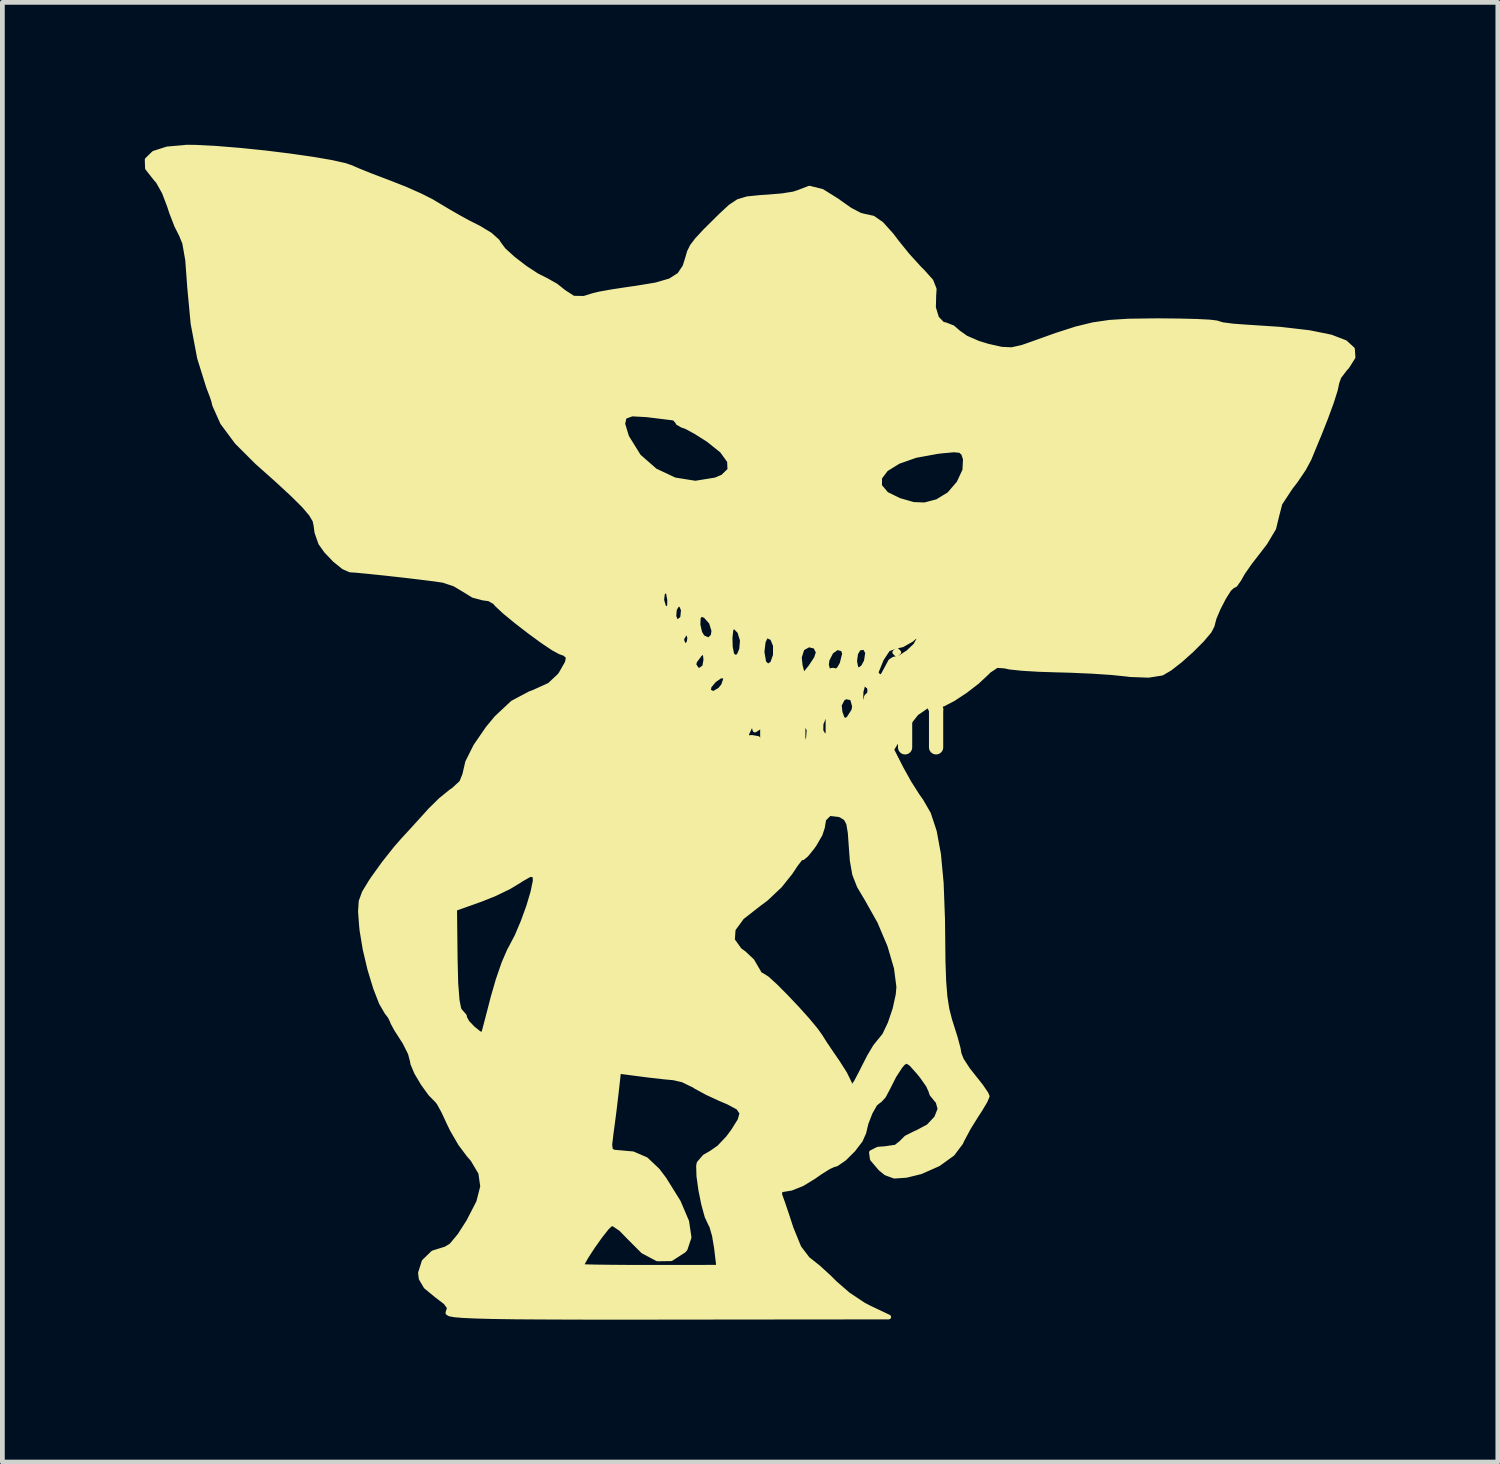
<source format=kicad_pcb>
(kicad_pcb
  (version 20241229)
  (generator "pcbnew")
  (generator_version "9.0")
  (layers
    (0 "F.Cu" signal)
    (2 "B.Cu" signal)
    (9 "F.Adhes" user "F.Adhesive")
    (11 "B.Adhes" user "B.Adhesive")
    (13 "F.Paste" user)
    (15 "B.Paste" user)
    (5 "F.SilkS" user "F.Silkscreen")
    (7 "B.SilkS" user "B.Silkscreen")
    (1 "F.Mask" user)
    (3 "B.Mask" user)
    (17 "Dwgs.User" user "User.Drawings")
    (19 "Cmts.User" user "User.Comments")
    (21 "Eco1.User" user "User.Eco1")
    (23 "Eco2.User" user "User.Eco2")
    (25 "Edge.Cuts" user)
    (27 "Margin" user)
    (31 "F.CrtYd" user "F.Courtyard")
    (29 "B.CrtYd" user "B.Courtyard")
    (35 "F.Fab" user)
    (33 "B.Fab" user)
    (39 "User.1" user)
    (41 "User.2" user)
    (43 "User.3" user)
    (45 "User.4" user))
  (footprint "gremlin"
    (layer "F.Cu")
    (at 12.75 12.003)
    (property "Reference" "gremlin" (at 0 0 0) (layer "F.SilkS") (effects (font (size 1.524 1.524) (thickness 0.3))))
    (attr through_hole)
    (fp_poly (pts (xy 3.133 -1.312) (xy 3.09 -1.27) (xy 3.048 -1.312) (xy 3.09 -1.355) (xy 3.133 -1.312)) (stroke (width 0.1) (type solid)) (fill yes) (layer "F.SilkS"))
    (fp_poly (pts (xy 12.702 -7.529) (xy 12.577 -7.331) (xy 12.531 -7.281) (xy 12.405 -7.115) (xy 12.361 -6.988) (xy 12.33 -6.84) (xy 12.247 -6.579) (xy 12.125 -6.246) (xy 11.981 -5.882) (xy 11.946 -5.8) (xy 11.861 -5.594) (xy 11.776 -5.387) (xy 11.664 -5.179) (xy 11.49 -4.921) (xy 11.385 -4.786) (xy 11.163 -4.448) (xy 11.091 -4.169) (xy 11.032 -3.925) (xy 10.848 -3.617) (xy 10.726 -3.458) (xy 10.531 -3.206) (xy 10.379 -2.989) (xy 10.305 -2.857) (xy 10.219 -2.733) (xy 10.165 -2.709) (xy 10.09 -2.64) (xy 9.981 -2.467) (xy 9.867 -2.247) (xy 9.776 -2.034) (xy 9.737 -1.884) (xy 9.737 -1.878) (xy 9.676 -1.759) (xy 9.518 -1.572) (xy 9.301 -1.355) (xy 9.063 -1.142) (xy 8.842 -0.97) (xy 8.676 -0.873) (xy 8.672 -0.872) (xy 8.393 -0.828) (xy 8.011 -0.842) (xy 7.915 -0.854) (xy 7.61 -0.885) (xy 7.199 -0.912) (xy 6.747 -0.932) (xy 6.477 -0.939) (xy 6.079 -0.952) (xy 5.73 -0.973) (xy 5.472 -1) (xy 5.365 -1.023) (xy 5.198 -1.035) (xy 5.03 -0.923) (xy 4.984 -0.876) (xy 4.778 -0.685) (xy 4.536 -0.499) (xy 4.536 -5.382) (xy 4.497 -5.502) (xy 4.431 -5.563) (xy 4.294 -5.576) (xy 4.042 -5.553) (xy 3.955 -5.543) (xy 3.487 -5.458) (xy 3.119 -5.328) (xy 2.863 -5.168) (xy 2.73 -4.992) (xy 2.729 -4.813) (xy 2.872 -4.645) (xy 3.141 -4.513) (xy 3.44 -4.427) (xy 3.677 -4.418) (xy 3.935 -4.485) (xy 3.946 -4.489) (xy 4.194 -4.64) (xy 4.399 -4.878) (xy 4.524 -5.147) (xy 4.536 -5.382) (xy 4.536 -0.499) (xy 4.528 -0.493) (xy 4.278 -0.329) (xy 4.07 -0.221) (xy 3.947 -0.196) (xy 3.737 -0.189) (xy 3.556 -0.063) (xy 3.556 -1.589) (xy 3.539 -1.671) (xy 3.463 -1.634) (xy 3.401 -1.579) (xy 3.205 -1.468) (xy 3.064 -1.439) (xy 2.904 -1.377) (xy 2.771 -1.175) (xy 2.753 -1.133) (xy 2.662 -0.909) (xy 2.633 -0.801) (xy 2.66 -0.765) (xy 2.711 -0.762) (xy 2.802 -0.832) (xy 2.879 -0.974) (xy 2.959 -1.124) (xy 3.025 -1.167) (xy 3.157 -1.198) (xy 3.331 -1.312) (xy 3.485 -1.457) (xy 3.556 -1.584) (xy 3.556 -1.589) (xy 3.556 -0.063) (xy 3.504 -0.028) (xy 3.264 0.276) (xy 3.238 0.318) (xy 2.981 0.736) (xy 3.184 1.135) (xy 3.35 1.434) (xy 3.532 1.72) (xy 3.601 1.816) (xy 3.76 2.091) (xy 3.882 2.461) (xy 3.971 2.942) (xy 4.028 3.551) (xy 4.056 4.304) (xy 4.06 4.628) (xy 4.066 5.191) (xy 4.081 5.618) (xy 4.107 5.945) (xy 4.148 6.206) (xy 4.206 6.434) (xy 4.235 6.525) (xy 4.324 6.808) (xy 4.385 7.037) (xy 4.403 7.144) (xy 4.454 7.273) (xy 4.585 7.475) (xy 4.699 7.62) (xy 4.864 7.828) (xy 4.971 7.985) (xy 4.995 8.04) (xy 4.951 8.143) (xy 4.84 8.329) (xy 4.771 8.434) (xy 4.607 8.697) (xy 4.469 8.954) (xy 4.439 9.019) (xy 4.264 9.252) (xy 3.967 9.466) (xy 3.595 9.631) (xy 3.29 9.706) (xy 3.04 9.723) (xy 2.862 9.657) (xy 2.748 9.564) (xy 2.575 9.361) (xy 2.557 9.224) (xy 2.696 9.154) (xy 2.839 9.144) (xy 3.073 9.11) (xy 3.185 9.021) (xy 3.292 8.914) (xy 3.491 8.814) (xy 3.523 8.802) (xy 3.759 8.676) (xy 3.927 8.497) (xy 4.002 8.307) (xy 3.958 8.148) (xy 3.935 8.126) (xy 3.828 7.993) (xy 3.808 7.927) (xy 3.755 7.81) (xy 3.625 7.624) (xy 3.553 7.535) (xy 3.396 7.359) (xy 3.302 7.297) (xy 3.227 7.336) (xy 3.165 7.408) (xy 3.133 7.458) (xy 3.133 5.735) (xy 3.081 5.335) (xy 2.941 4.859) (xy 2.73 4.361) (xy 2.523 3.993) (xy 2.523 -0.511) (xy 2.501 -0.658) (xy 2.477 -0.711) (xy 2.477 -1.306) (xy 2.418 -1.415) (xy 2.297 -1.403) (xy 2.293 -1.402) (xy 2.225 -1.291) (xy 2.203 -1.126) (xy 2.23 -0.981) (xy 2.289 -0.931) (xy 2.383 -1.001) (xy 2.449 -1.122) (xy 2.477 -1.306) (xy 2.477 -0.711) (xy 2.457 -0.754) (xy 2.423 -0.753) (xy 2.384 -0.655) (xy 2.339 -0.487) (xy 2.332 -0.314) (xy 2.392 -0.249) (xy 2.479 -0.317) (xy 2.509 -0.381) (xy 2.523 -0.511) (xy 2.523 3.993) (xy 2.468 3.895) (xy 2.3 3.612) (xy 2.203 3.364) (xy 2.201 3.355) (xy 2.201 -0.175) (xy 2.154 -0.346) (xy 2.027 -0.376) (xy 1.993 -0.361) (xy 1.993 -1.29) (xy 1.955 -1.381) (xy 1.833 -1.412) (xy 1.708 -1.323) (xy 1.623 -1.155) (xy 1.609 -1.048) (xy 1.651 -0.886) (xy 1.754 -0.859) (xy 1.878 -0.965) (xy 1.938 -1.071) (xy 1.993 -1.29) (xy 1.993 -0.361) (xy 1.953 -0.342) (xy 1.879 -0.2) (xy 1.897 -0.044) (xy 1.953 0.108) (xy 2.03 0.117) (xy 2.078 0.082) (xy 2.184 -0.083) (xy 2.201 -0.175) (xy 2.201 3.355) (xy 2.152 3.076) (xy 2.132 2.809) (xy 2.109 2.487) (xy 2.076 2.292) (xy 2.018 2.185) (xy 1.919 2.123) (xy 1.881 2.108) (xy 1.765 2.094) (xy 1.765 0.207) (xy 1.693 0.062) (xy 1.641 0.025) (xy 1.55 0.062) (xy 1.495 0.194) (xy 1.493 0.346) (xy 1.548 0.438) (xy 1.682 0.452) (xy 1.763 0.342) (xy 1.765 0.207) (xy 1.765 2.094) (xy 1.672 2.084) (xy 1.553 2.203) (xy 1.525 2.375) (xy 1.477 2.523) (xy 1.439 2.588) (xy 1.439 -1.313) (xy 1.376 -1.437) (xy 1.236 -1.47) (xy 1.097 -1.393) (xy 1.038 -1.207) (xy 1.056 -1.038) (xy 1.115 -0.804) (xy 1.277 -1.004) (xy 1.394 -1.181) (xy 1.439 -1.313) (xy 1.439 2.588) (xy 1.357 2.73) (xy 1.312 2.794) (xy 1.243 2.88) (xy 1.243 0.312) (xy 1.169 0.205) (xy 1.049 0.212) (xy 0.974 0.283) (xy 0.901 0.466) (xy 0.936 0.617) (xy 1.062 0.677) (xy 1.173 0.607) (xy 1.23 0.499) (xy 1.243 0.312) (xy 1.243 2.88) (xy 1.184 2.952) (xy 1.109 3.015) (xy 1.101 3.006) (xy 1.061 3.028) (xy 0.958 3.163) (xy 0.851 3.325) (xy 0.628 3.604) (xy 0.547 3.68) (xy 0.547 0.359) (xy 0.534 0.336) (xy 0.534 -1.456) (xy 0.471 -1.61) (xy 0.368 -1.66) (xy 0.329 -1.645) (xy 0.278 -1.537) (xy 0.254 -1.334) (xy 0.254 -1.307) (xy 0.291 -1.093) (xy 0.377 -1.014) (xy 0.473 -1.079) (xy 0.533 -1.249) (xy 0.534 -1.456) (xy 0.534 0.336) (xy 0.466 0.221) (xy 0.325 0.189) (xy 0.186 0.271) (xy 0.103 0.325) (xy 0.083 0.25) (xy 0.069 0.172) (xy 0.008 0.242) (xy 0 0.254) (xy -0.078 0.422) (xy -0.042 0.494) (xy 0.035 0.48) (xy 0.165 0.503) (xy 0.202 0.556) (xy 0.308 0.661) (xy 0.447 0.661) (xy 0.529 0.572) (xy 0.547 0.359) (xy 0.547 3.68) (xy 0.339 3.877) (xy 0.178 3.997) (xy -0.162 4.263) (xy -0.162 -1.565) (xy -0.219 -1.75) (xy -0.325 -1.856) (xy -0.359 -1.863) (xy -0.402 -1.791) (xy -0.421 -1.621) (xy -0.416 -1.426) (xy -0.386 -1.274) (xy -0.367 -1.242) (xy -0.287 -1.192) (xy -0.224 -1.262) (xy -0.178 -1.375) (xy -0.162 -1.565) (xy -0.162 4.263) (xy -0.171 4.27) (xy -0.171 -0.166) (xy -0.189 -0.241) (xy -0.27 -0.189) (xy -0.306 -0.153) (xy -0.39 -0.007) (xy -0.38 0.086) (xy -0.299 0.122) (xy -0.218 0.035) (xy -0.172 -0.13) (xy -0.171 -0.166) (xy -0.171 4.27) (xy -0.172 4.271) (xy -0.355 4.522) (xy -0.371 4.751) (xy -0.221 4.96) (xy -0.126 5.03) (xy 0.043 5.189) (xy 0.126 5.332) (xy 0.207 5.47) (xy 0.271 5.503) (xy 0.362 5.562) (xy 0.532 5.717) (xy 0.75 5.936) (xy 0.986 6.185) (xy 1.208 6.432) (xy 1.385 6.645) (xy 1.481 6.78) (xy 1.576 6.931) (xy 1.73 7.159) (xy 1.841 7.32) (xy 1.995 7.562) (xy 2.096 7.768) (xy 2.12 7.857) (xy 2.154 7.86) (xy 2.239 7.736) (xy 2.358 7.509) (xy 2.373 7.477) (xy 2.512 7.205) (xy 2.636 6.996) (xy 2.716 6.896) (xy 2.831 6.756) (xy 2.95 6.506) (xy 3.053 6.201) (xy 3.119 5.9) (xy 3.133 5.735) (xy 3.133 7.458) (xy 3.035 7.607) (xy 2.912 7.85) (xy 2.911 7.853) (xy 2.814 8.035) (xy 2.731 8.126) (xy 2.722 8.128) (xy 2.634 8.201) (xy 2.532 8.38) (xy 2.443 8.61) (xy 2.397 8.805) (xy 2.323 8.97) (xy 2.169 9.17) (xy 1.985 9.352) (xy 1.819 9.467) (xy 1.759 9.483) (xy 1.657 9.529) (xy 1.471 9.646) (xy 1.341 9.737) (xy 1.096 9.886) (xy 0.868 9.977) (xy 0.783 9.991) (xy 0.636 10.015) (xy 0.623 10.109) (xy 0.634 10.139) (xy 0.69 10.294) (xy 0.777 10.552) (xy 0.864 10.819) (xy 1.03 11.227) (xy 1.216 11.471) (xy 1.25 11.496) (xy 1.436 11.644) (xy 1.667 11.855) (xy 1.784 11.972) (xy 2.061 12.213) (xy 2.387 12.431) (xy 2.511 12.496) (xy 2.921 12.69) (xy -0.17 12.693) (xy -0.17 8.391) (xy -0.249 8.277) (xy -0.425 8.183) (xy -0.425 -5.152) (xy -0.433 -5.34) (xy -0.591 -5.559) (xy -0.882 -5.791) (xy -1.132 -5.949) (xy -1.332 -6.059) (xy -1.433 -6.096) (xy -1.52 -6.147) (xy -1.524 -6.167) (xy -1.592 -6.24) (xy -1.63 -6.249) (xy -1.77 -6.266) (xy -2.013 -6.296) (xy -2.179 -6.316) (xy -2.486 -6.333) (xy -2.649 -6.274) (xy -2.682 -6.124) (xy -2.603 -5.863) (xy -2.592 -5.838) (xy -2.346 -5.441) (xy -2 -5.138) (xy -1.59 -4.945) (xy -1.153 -4.875) (xy -0.725 -4.944) (xy -0.572 -5.009) (xy -0.425 -5.152) (xy -0.425 8.183) (xy -0.461 8.164) (xy -0.513 8.142) (xy -0.513 -0.756) (xy -0.532 -0.814) (xy -0.628 -0.812) (xy -0.757 -0.722) (xy -0.762 -0.716) (xy -0.762 -1.766) (xy -0.817 -1.944) (xy -0.941 -2.083) (xy -1.033 -2.117) (xy -1.09 -2.049) (xy -1.097 -1.893) (xy -1.058 -1.723) (xy -1.002 -1.629) (xy -0.869 -1.568) (xy -0.779 -1.654) (xy -0.762 -1.766) (xy -0.762 -0.716) (xy -0.861 -0.598) (xy -0.88 -0.494) (xy -0.879 -0.492) (xy -0.772 -0.441) (xy -0.632 -0.523) (xy -0.559 -0.615) (xy -0.513 -0.756) (xy -0.513 8.142) (xy -0.635 8.09) (xy -0.906 7.965) (xy -0.931 7.951) (xy -0.931 -1.153) (xy -0.946 -1.302) (xy -1.007 -1.308) (xy -1.058 -1.27) (xy -1.166 -1.126) (xy -1.185 -1.048) (xy -1.117 -0.945) (xy -1.058 -0.931) (xy -0.957 -1.005) (xy -0.931 -1.153) (xy -0.931 7.951) (xy -1.146 7.834) (xy -1.185 7.808) (xy -1.27 7.768) (xy -1.27 -1.614) (xy -1.303 -1.731) (xy -1.355 -1.736) (xy -1.404 -1.659) (xy -1.404 -2.207) (xy -1.453 -2.317) (xy -1.531 -2.324) (xy -1.593 -2.219) (xy -1.605 -2.07) (xy -1.565 -1.961) (xy -1.533 -1.947) (xy -1.438 -2.014) (xy -1.419 -2.053) (xy -1.404 -2.207) (xy -1.404 -1.659) (xy -1.433 -1.613) (xy -1.439 -1.561) (xy -1.392 -1.452) (xy -1.355 -1.439) (xy -1.287 -1.51) (xy -1.27 -1.614) (xy -1.27 7.768) (xy -1.415 7.697) (xy -1.609 7.652) (xy -1.693 7.644) (xy -1.693 -2.413) (xy -1.722 -2.572) (xy -1.778 -2.625) (xy -1.844 -2.557) (xy -1.861 -2.412) (xy -1.821 -2.276) (xy -1.806 -2.258) (xy -1.729 -2.208) (xy -1.697 -2.286) (xy -1.693 -2.413) (xy -1.693 7.644) (xy -1.812 7.633) (xy -2.104 7.6) (xy -2.294 7.576) (xy -2.768 7.514) (xy -2.819 7.969) (xy -2.861 8.326) (xy -2.909 8.694) (xy -2.927 8.822) (xy -2.955 9.063) (xy -2.938 9.181) (xy -2.865 9.218) (xy -2.826 9.22) (xy -2.468 9.252) (xy -2.192 9.371) (xy -1.946 9.604) (xy -1.81 9.784) (xy -1.51 10.266) (xy -1.334 10.679) (xy -1.285 11.013) (xy -1.366 11.255) (xy -1.398 11.291) (xy -1.664 11.462) (xy -1.951 11.466) (xy -2.255 11.304) (xy -2.538 11.021) (xy -2.72 10.834) (xy -2.872 10.732) (xy -2.931 10.726) (xy -3.017 10.808) (xy -3.156 10.984) (xy -3.313 11.205) (xy -3.453 11.42) (xy -3.542 11.579) (xy -3.556 11.623) (xy -3.476 11.63) (xy -3.254 11.636) (xy -2.917 11.64) (xy -2.494 11.643) (xy -2.108 11.643) (xy -0.659 11.642) (xy -0.708 11.231) (xy -0.752 10.969) (xy -0.809 10.774) (xy -0.836 10.723) (xy -0.907 10.57) (xy -0.978 10.312) (xy -1.039 10.008) (xy -1.079 9.72) (xy -1.085 9.507) (xy -1.075 9.452) (xy -0.958 9.315) (xy -0.816 9.233) (xy -0.653 9.12) (xy -0.461 8.916) (xy -0.355 8.774) (xy -0.211 8.544) (xy -0.17 8.391) (xy -0.17 12.693) (xy -1.767 12.695) (xy -2.793 12.696) (xy -3.662 12.695) (xy -4.384 12.692) (xy -4.526 12.691) (xy -4.526 3.503) (xy -4.531 3.384) (xy -4.633 3.366) (xy -4.828 3.476) (xy -4.855 3.496) (xy -5.078 3.631) (xy -5.389 3.781) (xy -5.673 3.894) (xy -6.223 4.09) (xy -6.211 5.153) (xy -6.198 5.658) (xy -6.171 6.013) (xy -6.133 6.209) (xy -6.105 6.248) (xy -6.017 6.348) (xy -6.011 6.389) (xy -5.959 6.484) (xy -5.84 6.609) (xy -5.71 6.714) (xy -5.626 6.747) (xy -5.621 6.743) (xy -5.597 6.661) (xy -5.542 6.453) (xy -5.464 6.153) (xy -5.417 5.969) (xy -5.308 5.591) (xy -5.187 5.24) (xy -5.073 4.975) (xy -5.038 4.911) (xy -4.911 4.67) (xy -4.782 4.365) (xy -4.664 4.04) (xy -4.574 3.737) (xy -4.526 3.503) (xy -4.526 12.691) (xy -4.974 12.688) (xy -5.441 12.681) (xy -5.798 12.671) (xy -6.057 12.659) (xy -6.23 12.644) (xy -6.329 12.625) (xy -6.365 12.602) (xy -6.36 12.585) (xy -6.331 12.493) (xy -6.411 12.382) (xy -6.603 12.235) (xy -6.828 12.05) (xy -6.928 11.88) (xy -6.943 11.762) (xy -6.867 11.522) (xy -6.677 11.338) (xy -6.429 11.261) (xy -6.42 11.261) (xy -6.294 11.186) (xy -6.118 10.975) (xy -5.93 10.683) (xy -5.718 10.272) (xy -5.633 9.941) (xy -5.674 9.653) (xy -5.84 9.373) (xy -5.928 9.271) (xy -6.102 9.038) (xy -6.276 8.738) (xy -6.344 8.597) (xy -6.457 8.354) (xy -6.552 8.181) (xy -6.591 8.131) (xy -6.731 7.989) (xy -6.889 7.771) (xy -7.027 7.538) (xy -7.106 7.349) (xy -7.112 7.306) (xy -7.158 7.132) (xy -7.273 6.903) (xy -7.324 6.824) (xy -7.452 6.624) (xy -7.527 6.485) (xy -7.535 6.459) (xy -7.584 6.359) (xy -7.651 6.272) (xy -7.767 6.073) (xy -7.891 5.754) (xy -8.01 5.362) (xy -8.109 4.944) (xy -8.175 4.548) (xy -8.184 4.461) (xy -8.207 4.149) (xy -8.194 3.936) (xy -8.127 3.751) (xy -7.989 3.524) (xy -7.94 3.451) (xy -7.713 3.135) (xy -7.456 2.811) (xy -7.314 2.649) (xy -7.075 2.389) (xy -6.837 2.127) (xy -6.736 2.014) (xy -6.518 1.8) (xy -6.294 1.618) (xy -6.249 1.589) (xy -6.077 1.431) (xy -6.011 1.268) (xy -5.95 1.003) (xy -5.781 0.665) (xy -5.523 0.29) (xy -5.341 0.07) (xy -5.001 -0.248) (xy -4.63 -0.445) (xy -4.564 -0.468) (xy -4.224 -0.622) (xy -4.006 -0.826) (xy -3.973 -0.877) (xy -3.85 -1.094) (xy -3.826 -1.215) (xy -3.901 -1.283) (xy -3.999 -1.318) (xy -4.143 -1.396) (xy -4.373 -1.55) (xy -4.649 -1.752) (xy -4.928 -1.968) (xy -5.171 -2.168) (xy -5.335 -2.321) (xy -5.376 -2.37) (xy -5.494 -2.438) (xy -5.622 -2.455) (xy -5.83 -2.51) (xy -6.001 -2.616) (xy -6.222 -2.748) (xy -6.459 -2.827) (xy -6.64 -2.854) (xy -6.935 -2.891) (xy -7.296 -2.934) (xy -7.674 -2.976) (xy -8.021 -3.012) (xy -8.291 -3.038) (xy -8.424 -3.047) (xy -8.561 -3.108) (xy -8.746 -3.257) (xy -8.927 -3.446) (xy -9.046 -3.614) (xy -9.125 -3.839) (xy -9.144 -3.984) (xy -9.167 -4.091) (xy -9.247 -4.225) (xy -9.398 -4.403) (xy -9.637 -4.64) (xy -9.977 -4.954) (xy -10.386 -5.318) (xy -10.808 -5.739) (xy -11.112 -6.148) (xy -11.279 -6.521) (xy -11.298 -6.604) (xy -11.331 -6.704) (xy -11.402 -6.89) (xy -11.406 -6.9) (xy -11.597 -7.512) (xy -11.734 -8.237) (xy -11.808 -9.027) (xy -11.809 -9.052) (xy -11.848 -9.577) (xy -11.911 -9.936) (xy -11.978 -10.101) (xy -12.079 -10.301) (xy -12.187 -10.581) (xy -12.234 -10.724) (xy -12.34 -11.002) (xy -12.467 -11.229) (xy -12.53 -11.302) (xy -12.694 -11.511) (xy -12.7 -11.688) (xy -12.558 -11.826) (xy -12.277 -11.916) (xy -11.866 -11.953) (xy -11.684 -11.951) (xy -11.24 -11.928) (xy -10.739 -11.887) (xy -10.212 -11.833) (xy -9.695 -11.769) (xy -9.22 -11.701) (xy -8.821 -11.633) (xy -8.531 -11.568) (xy -8.403 -11.524) (xy -8.255 -11.459) (xy -7.999 -11.356) (xy -7.684 -11.236) (xy -7.62 -11.212) (xy -7.271 -11.075) (xy -6.944 -10.93) (xy -6.705 -10.809) (xy -6.689 -10.799) (xy -6.374 -10.611) (xy -6.144 -10.478) (xy -5.943 -10.368) (xy -5.71 -10.25) (xy -5.698 -10.243) (xy -5.474 -10.107) (xy -5.322 -9.97) (xy -5.293 -9.922) (xy -5.194 -9.789) (xy -4.996 -9.608) (xy -4.746 -9.415) (xy -4.491 -9.248) (xy -4.298 -9.151) (xy -4.092 -9.035) (xy -3.919 -8.898) (xy -3.724 -8.772) (xy -3.497 -8.768) (xy -3.302 -8.829) (xy -3.164 -8.862) (xy -2.905 -8.908) (xy -2.571 -8.959) (xy -2.419 -8.98) (xy -1.981 -9.052) (xy -1.681 -9.14) (xy -1.488 -9.263) (xy -1.372 -9.437) (xy -1.318 -9.609) (xy -1.279 -9.744) (xy -1.22 -9.864) (xy -1.116 -10.001) (xy -0.943 -10.187) (xy -0.677 -10.451) (xy -0.612 -10.515) (xy -0.412 -10.7) (xy -0.248 -10.809) (xy -0.058 -10.866) (xy 0.218 -10.894) (xy 0.362 -10.903) (xy 0.674 -10.929) (xy 0.92 -10.968) (xy 1.05 -11.011) (xy 1.054 -11.014) (xy 1.249 -11.089) (xy 1.516 -11.023) (xy 1.844 -10.818) (xy 1.872 -10.796) (xy 2.109 -10.63) (xy 2.318 -10.521) (xy 2.413 -10.497) (xy 2.59 -10.459) (xy 2.768 -10.335) (xy 2.979 -10.1) (xy 3.094 -9.948) (xy 3.316 -9.674) (xy 3.562 -9.403) (xy 3.63 -9.336) (xy 3.812 -9.133) (xy 3.879 -8.964) (xy 3.871 -8.832) (xy 3.864 -8.571) (xy 3.932 -8.351) (xy 4.054 -8.225) (xy 4.112 -8.213) (xy 4.268 -8.153) (xy 4.389 -8.048) (xy 4.547 -7.936) (xy 4.805 -7.824) (xy 5.007 -7.762) (xy 5.297 -7.697) (xy 5.511 -7.687) (xy 5.733 -7.736) (xy 5.938 -7.808) (xy 6.458 -7.994) (xy 6.87 -8.126) (xy 7.226 -8.213) (xy 7.575 -8.264) (xy 7.968 -8.289) (xy 8.455 -8.296) (xy 8.601 -8.297) (xy 9.033 -8.293) (xy 9.404 -8.284) (xy 9.679 -8.27) (xy 9.829 -8.252) (xy 9.845 -8.246) (xy 9.951 -8.214) (xy 10.173 -8.185) (xy 10.388 -8.169) (xy 11.165 -8.118) (xy 11.778 -8.047) (xy 12.233 -7.955) (xy 12.536 -7.839) (xy 12.69 -7.698) (xy 12.702 -7.529)) (stroke (width 0.1) (type solid)) (fill yes) (layer "F.SilkS")))
  (gr_rect
    (start -3 -3)
    (end 28.502 27.748)
    (stroke (width 0.1) (type default))
    (fill no)
    (layer "Edge.Cuts")))
</source>
